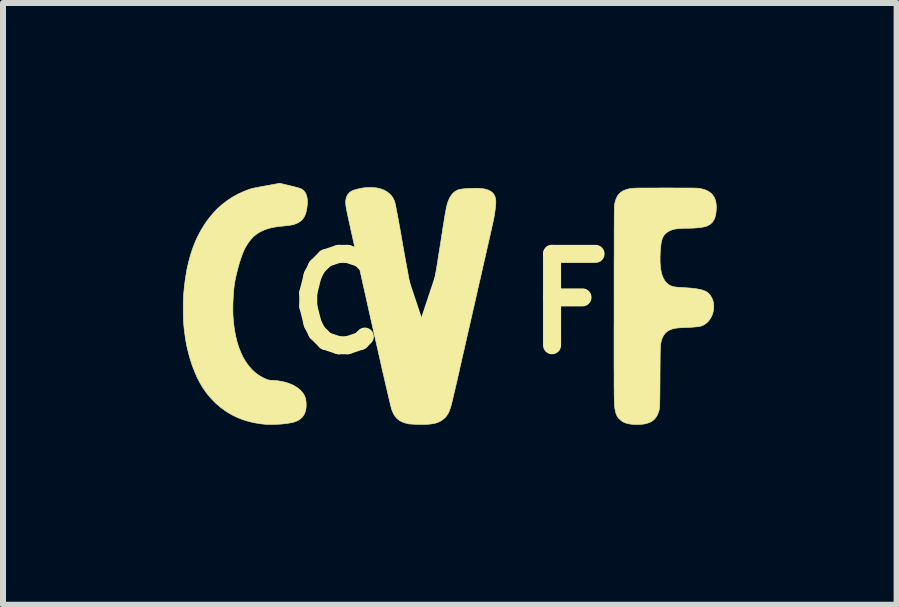
<source format=kicad_pcb>
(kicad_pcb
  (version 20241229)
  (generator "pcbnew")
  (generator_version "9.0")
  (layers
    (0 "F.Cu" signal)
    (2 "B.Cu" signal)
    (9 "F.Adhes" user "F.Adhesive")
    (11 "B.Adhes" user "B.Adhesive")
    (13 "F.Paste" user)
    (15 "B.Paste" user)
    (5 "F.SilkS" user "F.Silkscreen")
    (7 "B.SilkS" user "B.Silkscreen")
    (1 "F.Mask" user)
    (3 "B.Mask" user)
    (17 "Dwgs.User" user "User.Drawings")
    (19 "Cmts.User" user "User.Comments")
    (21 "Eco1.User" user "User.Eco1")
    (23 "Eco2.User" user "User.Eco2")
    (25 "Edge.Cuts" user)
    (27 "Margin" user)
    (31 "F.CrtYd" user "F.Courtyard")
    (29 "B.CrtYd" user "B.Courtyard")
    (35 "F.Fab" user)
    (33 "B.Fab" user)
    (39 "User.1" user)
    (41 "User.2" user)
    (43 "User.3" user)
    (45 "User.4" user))
  (footprint "CV F"
    (layer "F.Cu")
    (at 4.447 2.016)
    (property "Reference" "CV F" (at 0 0 0) (layer "F.SilkS") (effects (font (size 1.524 1.524) (thickness 0.3))))
    (attr through_hole)
    (fp_poly (pts (xy -2.742 -1.989) (xy -2.688 -1.977) (xy -2.642 -1.965) (xy -2.602 -1.956) (xy -2.569 -1.947) (xy -2.541 -1.939) (xy -2.518 -1.933) (xy -2.499 -1.926) (xy -2.484 -1.921) (xy -2.471 -1.915) (xy -2.461 -1.909) (xy -2.452 -1.903) (xy -2.443 -1.896) (xy -2.435 -1.888) (xy -2.414 -1.863) (xy -2.398 -1.835) (xy -2.385 -1.801) (xy -2.383 -1.792) (xy -2.376 -1.759) (xy -2.373 -1.72) (xy -2.373 -1.677) (xy -2.377 -1.632) (xy -2.383 -1.586) (xy -2.392 -1.542) (xy -2.403 -1.503) (xy -2.422 -1.458) (xy -2.447 -1.42) (xy -2.478 -1.387) (xy -2.515 -1.361) (xy -2.537 -1.349) (xy -2.561 -1.338) (xy -2.585 -1.329) (xy -2.611 -1.321) (xy -2.639 -1.315) (xy -2.672 -1.31) (xy -2.71 -1.305) (xy -2.754 -1.301) (xy -2.766 -1.299) (xy -2.852 -1.291) (xy -2.93 -1.278) (xy -3.001 -1.263) (xy -3.065 -1.243) (xy -3.124 -1.22) (xy -3.178 -1.191) (xy -3.227 -1.159) (xy -3.272 -1.121) (xy -3.313 -1.077) (xy -3.351 -1.029) (xy -3.387 -0.974) (xy -3.409 -0.936) (xy -3.428 -0.897) (xy -3.448 -0.851) (xy -3.468 -0.799) (xy -3.487 -0.742) (xy -3.507 -0.681) (xy -3.525 -0.618) (xy -3.542 -0.553) (xy -3.558 -0.488) (xy -3.572 -0.425) (xy -3.584 -0.363) (xy -3.592 -0.311) (xy -3.598 -0.26) (xy -3.603 -0.203) (xy -3.608 -0.141) (xy -3.611 -0.076) (xy -3.614 -0.011) (xy -3.615 0.054) (xy -3.615 0.116) (xy -3.614 0.174) (xy -3.611 0.223) (xy -3.601 0.337) (xy -3.586 0.447) (xy -3.565 0.55) (xy -3.541 0.647) (xy -3.511 0.739) (xy -3.476 0.823) (xy -3.438 0.902) (xy -3.394 0.974) (xy -3.346 1.039) (xy -3.294 1.098) (xy -3.238 1.149) (xy -3.177 1.194) (xy -3.112 1.231) (xy -3.056 1.256) (xy -3.041 1.262) (xy -3.028 1.266) (xy -3.016 1.269) (xy -3.002 1.271) (xy -2.985 1.273) (xy -2.963 1.274) (xy -2.949 1.275) (xy -2.876 1.28) (xy -2.807 1.291) (xy -2.741 1.306) (xy -2.679 1.326) (xy -2.622 1.349) (xy -2.57 1.377) (xy -2.524 1.408) (xy -2.485 1.442) (xy -2.453 1.479) (xy -2.445 1.49) (xy -2.426 1.522) (xy -2.412 1.553) (xy -2.402 1.587) (xy -2.396 1.624) (xy -2.393 1.666) (xy -2.394 1.72) (xy -2.401 1.769) (xy -2.413 1.813) (xy -2.433 1.852) (xy -2.458 1.886) (xy -2.47 1.898) (xy -2.49 1.917) (xy -2.511 1.933) (xy -2.535 1.946) (xy -2.563 1.958) (xy -2.594 1.969) (xy -2.631 1.978) (xy -2.673 1.986) (xy -2.723 1.994) (xy -2.777 2) (xy -2.797 2.002) (xy -2.824 2.004) (xy -2.855 2.006) (xy -2.889 2.007) (xy -2.924 2.008) (xy -2.958 2.009) (xy -2.991 2.009) (xy -3.02 2.009) (xy -3.044 2.009) (xy -3.059 2.008) (xy -3.166 1.997) (xy -3.268 1.979) (xy -3.364 1.956) (xy -3.456 1.927) (xy -3.545 1.892) (xy -3.63 1.85) (xy -3.713 1.801) (xy -3.742 1.782) (xy -3.821 1.724) (xy -3.897 1.659) (xy -3.968 1.587) (xy -4.035 1.509) (xy -4.063 1.473) (xy -4.115 1.398) (xy -4.164 1.316) (xy -4.21 1.227) (xy -4.252 1.131) (xy -4.291 1.031) (xy -4.326 0.925) (xy -4.356 0.816) (xy -4.383 0.703) (xy -4.398 0.624) (xy -4.405 0.581) (xy -4.412 0.532) (xy -4.419 0.478) (xy -4.426 0.423) (xy -4.432 0.368) (xy -4.436 0.317) (xy -4.437 0.307) (xy -4.439 0.28) (xy -4.44 0.246) (xy -4.441 0.206) (xy -4.442 0.162) (xy -4.442 0.116) (xy -4.442 0.069) (xy -4.442 0.021) (xy -4.442 -0.024) (xy -4.441 -0.066) (xy -4.439 -0.104) (xy -4.438 -0.135) (xy -4.437 -0.146) (xy -4.423 -0.296) (xy -4.404 -0.439) (xy -4.381 -0.575) (xy -4.352 -0.704) (xy -4.318 -0.826) (xy -4.279 -0.942) (xy -4.236 -1.05) (xy -4.204 -1.12) (xy -4.147 -1.227) (xy -4.086 -1.327) (xy -4.02 -1.42) (xy -3.949 -1.506) (xy -3.874 -1.586) (xy -3.793 -1.658) (xy -3.708 -1.723) (xy -3.618 -1.782) (xy -3.523 -1.834) (xy -3.423 -1.879) (xy -3.349 -1.907) (xy -3.337 -1.911) (xy -3.325 -1.915) (xy -3.313 -1.919) (xy -3.3 -1.922) (xy -3.285 -1.926) (xy -3.268 -1.93) (xy -3.248 -1.934) (xy -3.224 -1.939) (xy -3.195 -1.944) (xy -3.162 -1.951) (xy -3.122 -1.958) (xy -3.075 -1.967) (xy -3.022 -1.976) (xy -2.996 -1.981) (xy -2.833 -2.011) (xy -2.742 -1.989)) (stroke (width 0.01) (type solid)) (fill yes) (layer "F.SilkS"))
    (fp_poly (pts (xy 3.678 -1.933) (xy 3.748 -1.932) (xy 3.81 -1.932) (xy 3.865 -1.932) (xy 3.913 -1.932) (xy 3.955 -1.932) (xy 3.992 -1.932) (xy 4.024 -1.932) (xy 4.051 -1.931) (xy 4.074 -1.931) (xy 4.094 -1.93) (xy 4.11 -1.93) (xy 4.123 -1.929) (xy 4.135 -1.928) (xy 4.144 -1.928) (xy 4.153 -1.927) (xy 4.16 -1.925) (xy 4.163 -1.925) (xy 4.221 -1.913) (xy 4.272 -1.896) (xy 4.315 -1.874) (xy 4.353 -1.847) (xy 4.383 -1.815) (xy 4.408 -1.778) (xy 4.426 -1.735) (xy 4.438 -1.687) (xy 4.441 -1.666) (xy 4.444 -1.623) (xy 4.443 -1.577) (xy 4.439 -1.529) (xy 4.431 -1.483) (xy 4.421 -1.442) (xy 4.42 -1.439) (xy 4.402 -1.398) (xy 4.379 -1.363) (xy 4.349 -1.334) (xy 4.313 -1.311) (xy 4.284 -1.297) (xy 4.254 -1.288) (xy 4.217 -1.28) (xy 4.173 -1.273) (xy 4.123 -1.268) (xy 4.067 -1.264) (xy 4.007 -1.262) (xy 3.955 -1.261) (xy 3.911 -1.261) (xy 3.867 -1.259) (xy 3.825 -1.256) (xy 3.786 -1.252) (xy 3.753 -1.247) (xy 3.73 -1.242) (xy 3.695 -1.231) (xy 3.661 -1.216) (xy 3.629 -1.197) (xy 3.603 -1.177) (xy 3.597 -1.171) (xy 3.579 -1.152) (xy 3.565 -1.132) (xy 3.552 -1.11) (xy 3.541 -1.084) (xy 3.533 -1.055) (xy 3.525 -1.022) (xy 3.52 -0.983) (xy 3.515 -0.937) (xy 3.51 -0.884) (xy 3.509 -0.87) (xy 3.506 -0.782) (xy 3.506 -0.701) (xy 3.511 -0.628) (xy 3.52 -0.561) (xy 3.533 -0.503) (xy 3.538 -0.485) (xy 3.557 -0.436) (xy 3.58 -0.394) (xy 3.608 -0.357) (xy 3.64 -0.328) (xy 3.676 -0.305) (xy 3.716 -0.29) (xy 3.722 -0.288) (xy 3.742 -0.285) (xy 3.769 -0.281) (xy 3.803 -0.278) (xy 3.846 -0.275) (xy 3.897 -0.272) (xy 3.907 -0.271) (xy 3.979 -0.266) (xy 4.044 -0.261) (xy 4.1 -0.254) (xy 4.15 -0.245) (xy 4.193 -0.236) (xy 4.229 -0.225) (xy 4.26 -0.212) (xy 4.285 -0.199) (xy 4.315 -0.175) (xy 4.342 -0.144) (xy 4.365 -0.108) (xy 4.383 -0.068) (xy 4.386 -0.06) (xy 4.393 -0.033) (xy 4.398 0.000013) (xy 4.401 0.035) (xy 4.4 0.068) (xy 4.399 0.083) (xy 4.394 0.117) (xy 4.387 0.146) (xy 4.379 0.173) (xy 4.367 0.202) (xy 4.361 0.214) (xy 4.335 0.259) (xy 4.304 0.297) (xy 4.269 0.328) (xy 4.231 0.353) (xy 4.189 0.369) (xy 4.187 0.37) (xy 4.163 0.375) (xy 4.131 0.38) (xy 4.092 0.384) (xy 4.046 0.388) (xy 3.995 0.391) (xy 3.938 0.393) (xy 3.931 0.394) (xy 3.88 0.396) (xy 3.837 0.398) (xy 3.8 0.401) (xy 3.768 0.405) (xy 3.74 0.41) (xy 3.715 0.417) (xy 3.691 0.425) (xy 3.668 0.435) (xy 3.658 0.439) (xy 3.622 0.461) (xy 3.591 0.49) (xy 3.565 0.524) (xy 3.544 0.564) (xy 3.531 0.601) (xy 3.528 0.613) (xy 3.525 0.625) (xy 3.522 0.636) (xy 3.52 0.647) (xy 3.518 0.658) (xy 3.516 0.671) (xy 3.514 0.686) (xy 3.513 0.703) (xy 3.512 0.723) (xy 3.511 0.745) (xy 3.51 0.772) (xy 3.509 0.803) (xy 3.508 0.838) (xy 3.508 0.879) (xy 3.507 0.925) (xy 3.507 0.978) (xy 3.506 1.037) (xy 3.506 1.104) (xy 3.505 1.178) (xy 3.505 1.213) (xy 3.505 1.29) (xy 3.504 1.36) (xy 3.504 1.422) (xy 3.503 1.477) (xy 3.503 1.526) (xy 3.502 1.568) (xy 3.502 1.605) (xy 3.501 1.638) (xy 3.5 1.665) (xy 3.499 1.689) (xy 3.498 1.709) (xy 3.497 1.726) (xy 3.495 1.741) (xy 3.493 1.754) (xy 3.491 1.765) (xy 3.489 1.775) (xy 3.486 1.785) (xy 3.483 1.794) (xy 3.479 1.805) (xy 3.476 1.815) (xy 3.457 1.859) (xy 3.433 1.897) (xy 3.404 1.929) (xy 3.369 1.956) (xy 3.329 1.977) (xy 3.282 1.993) (xy 3.229 2.004) (xy 3.169 2.009) (xy 3.119 2.01) (xy 3.094 2.01) (xy 3.069 2.009) (xy 3.045 2.007) (xy 3.031 2.006) (xy 2.98 1.998) (xy 2.935 1.986) (xy 2.896 1.97) (xy 2.861 1.948) (xy 2.832 1.922) (xy 2.812 1.901) (xy 2.796 1.879) (xy 2.783 1.855) (xy 2.772 1.827) (xy 2.763 1.795) (xy 2.755 1.756) (xy 2.753 1.746) (xy 2.752 1.739) (xy 2.751 1.731) (xy 2.75 1.723) (xy 2.749 1.715) (xy 2.748 1.705) (xy 2.747 1.694) (xy 2.746 1.681) (xy 2.745 1.667) (xy 2.745 1.651) (xy 2.744 1.633) (xy 2.743 1.612) (xy 2.743 1.588) (xy 2.742 1.561) (xy 2.742 1.531) (xy 2.741 1.498) (xy 2.741 1.461) (xy 2.741 1.419) (xy 2.74 1.373) (xy 2.74 1.323) (xy 2.74 1.268) (xy 2.74 1.208) (xy 2.74 1.142) (xy 2.739 1.071) (xy 2.739 0.994) (xy 2.739 0.911) (xy 2.739 0.822) (xy 2.739 0.726) (xy 2.739 0.623) (xy 2.739 0.513) (xy 2.739 0.395) (xy 2.74 0.27) (xy 2.74 0.137) (xy 2.74 -0.005) (xy 2.74 -0.021) (xy 2.74 -0.16) (xy 2.74 -0.29) (xy 2.74 -0.413) (xy 2.74 -0.528) (xy 2.74 -0.635) (xy 2.74 -0.735) (xy 2.741 -0.829) (xy 2.741 -0.915) (xy 2.741 -0.996) (xy 2.741 -1.07) (xy 2.741 -1.138) (xy 2.741 -1.2) (xy 2.741 -1.258) (xy 2.742 -1.31) (xy 2.742 -1.357) (xy 2.742 -1.399) (xy 2.742 -1.437) (xy 2.742 -1.472) (xy 2.743 -1.502) (xy 2.743 -1.529) (xy 2.743 -1.552) (xy 2.744 -1.572) (xy 2.744 -1.59) (xy 2.744 -1.605) (xy 2.745 -1.617) (xy 2.745 -1.628) (xy 2.746 -1.637) (xy 2.746 -1.644) (xy 2.747 -1.65) (xy 2.747 -1.655) (xy 2.748 -1.659) (xy 2.749 -1.663) (xy 2.749 -1.664) (xy 2.758 -1.703) (xy 2.769 -1.739) (xy 2.782 -1.772) (xy 2.795 -1.798) (xy 2.819 -1.83) (xy 2.85 -1.859) (xy 2.887 -1.883) (xy 2.93 -1.902) (xy 2.959 -1.911) (xy 2.971 -1.914) (xy 2.983 -1.917) (xy 2.994 -1.919) (xy 3.005 -1.921) (xy 3.018 -1.923) (xy 3.031 -1.925) (xy 3.046 -1.927) (xy 3.063 -1.928) (xy 3.083 -1.929) (xy 3.107 -1.93) (xy 3.133 -1.931) (xy 3.164 -1.931) (xy 3.2 -1.932) (xy 3.241 -1.932) (xy 3.287 -1.932) (xy 3.34 -1.932) (xy 3.399 -1.932) (xy 3.466 -1.932) (xy 3.54 -1.933) (xy 3.6 -1.933) (xy 3.678 -1.933)) (stroke (width 0.01) (type solid)) (fill yes) (layer "F.SilkS"))
    (fp_poly (pts (xy -1.298 -1.94) (xy -1.261 -1.938) (xy -1.23 -1.935) (xy -1.215 -1.933) (xy -1.155 -1.919) (xy -1.1 -1.899) (xy -1.052 -1.873) (xy -1.01 -1.842) (xy -0.974 -1.806) (xy -0.945 -1.765) (xy -0.923 -1.718) (xy -0.917 -1.701) (xy -0.914 -1.69) (xy -0.91 -1.671) (xy -0.904 -1.646) (xy -0.898 -1.615) (xy -0.891 -1.578) (xy -0.883 -1.537) (xy -0.874 -1.493) (xy -0.865 -1.445) (xy -0.856 -1.395) (xy -0.847 -1.344) (xy -0.837 -1.293) (xy -0.828 -1.241) (xy -0.819 -1.191) (xy -0.811 -1.142) (xy -0.811 -1.141) (xy -0.804 -1.105) (xy -0.797 -1.063) (xy -0.789 -1.017) (xy -0.78 -0.966) (xy -0.77 -0.911) (xy -0.76 -0.853) (xy -0.749 -0.793) (xy -0.738 -0.73) (xy -0.726 -0.667) (xy -0.714 -0.602) (xy -0.702 -0.537) (xy -0.691 -0.473) (xy -0.679 -0.409) (xy -0.668 -0.347) (xy -0.657 -0.287) (xy -0.646 -0.23) (xy -0.636 -0.177) (xy -0.627 -0.127) (xy -0.618 -0.081) (xy -0.61 -0.041) (xy -0.604 -0.006) (xy -0.598 0.022) (xy -0.594 0.043) (xy -0.591 0.057) (xy -0.59 0.061) (xy -0.577 0.106) (xy -0.561 0.146) (xy -0.543 0.18) (xy -0.525 0.209) (xy -0.504 0.23) (xy -0.485 0.243) (xy -0.466 0.249) (xy -0.447 0.249) (xy -0.431 0.244) (xy -0.426 0.241) (xy -0.42 0.235) (xy -0.414 0.227) (xy -0.408 0.215) (xy -0.401 0.2) (xy -0.394 0.179) (xy -0.386 0.153) (xy -0.376 0.12) (xy -0.37 0.099) (xy -0.359 0.06) (xy -0.349 0.023) (xy -0.339 -0.012) (xy -0.33 -0.046) (xy -0.321 -0.08) (xy -0.313 -0.114) (xy -0.304 -0.148) (xy -0.296 -0.183) (xy -0.288 -0.219) (xy -0.281 -0.257) (xy -0.272 -0.297) (xy -0.264 -0.34) (xy -0.256 -0.386) (xy -0.247 -0.435) (xy -0.238 -0.488) (xy -0.228 -0.546) (xy -0.217 -0.609) (xy -0.206 -0.677) (xy -0.195 -0.75) (xy -0.182 -0.83) (xy -0.168 -0.917) (xy -0.153 -1.011) (xy -0.138 -1.112) (xy -0.125 -1.192) (xy -0.114 -1.265) (xy -0.103 -1.33) (xy -0.094 -1.388) (xy -0.086 -1.439) (xy -0.078 -1.485) (xy -0.071 -1.524) (xy -0.065 -1.559) (xy -0.059 -1.589) (xy -0.053 -1.616) (xy -0.048 -1.639) (xy -0.042 -1.66) (xy -0.037 -1.679) (xy -0.031 -1.696) (xy -0.026 -1.712) (xy -0.02 -1.728) (xy -0.019 -1.729) (xy 0.004 -1.777) (xy 0.031 -1.819) (xy 0.062 -1.853) (xy 0.096 -1.88) (xy 0.134 -1.899) (xy 0.159 -1.907) (xy 0.177 -1.911) (xy 0.2 -1.914) (xy 0.228 -1.918) (xy 0.264 -1.921) (xy 0.306 -1.924) (xy 0.356 -1.926) (xy 0.357 -1.926) (xy 0.429 -1.928) (xy 0.494 -1.927) (xy 0.551 -1.921) (xy 0.601 -1.911) (xy 0.644 -1.897) (xy 0.681 -1.878) (xy 0.711 -1.856) (xy 0.734 -1.829) (xy 0.751 -1.798) (xy 0.762 -1.762) (xy 0.766 -1.739) (xy 0.768 -1.714) (xy 0.768 -1.685) (xy 0.766 -1.65) (xy 0.762 -1.609) (xy 0.756 -1.562) (xy 0.751 -1.524) (xy 0.75 -1.515) (xy 0.749 -1.507) (xy 0.747 -1.499) (xy 0.746 -1.491) (xy 0.745 -1.483) (xy 0.744 -1.474) (xy 0.742 -1.465) (xy 0.74 -1.455) (xy 0.738 -1.443) (xy 0.735 -1.429) (xy 0.732 -1.414) (xy 0.728 -1.396) (xy 0.724 -1.375) (xy 0.719 -1.352) (xy 0.713 -1.325) (xy 0.706 -1.295) (xy 0.698 -1.261) (xy 0.69 -1.223) (xy 0.68 -1.181) (xy 0.67 -1.133) (xy 0.658 -1.081) (xy 0.645 -1.024) (xy 0.631 -0.961) (xy 0.615 -0.892) (xy 0.598 -0.816) (xy 0.579 -0.735) (xy 0.559 -0.646) (xy 0.537 -0.55) (xy 0.514 -0.447) (xy 0.488 -0.336) (xy 0.468 -0.248) (xy 0.446 -0.149) (xy 0.423 -0.049) (xy 0.401 0.05) (xy 0.378 0.149) (xy 0.356 0.246) (xy 0.334 0.342) (xy 0.313 0.436) (xy 0.292 0.527) (xy 0.272 0.615) (xy 0.253 0.699) (xy 0.235 0.779) (xy 0.217 0.855) (xy 0.201 0.925) (xy 0.187 0.99) (xy 0.173 1.048) (xy 0.162 1.1) (xy 0.152 1.145) (xy 0.143 1.182) (xy 0.142 1.187) (xy 0.124 1.268) (xy 0.107 1.34) (xy 0.092 1.406) (xy 0.078 1.464) (xy 0.066 1.516) (xy 0.055 1.562) (xy 0.046 1.603) (xy 0.037 1.638) (xy 0.029 1.669) (xy 0.022 1.696) (xy 0.015 1.72) (xy 0.009 1.74) (xy 0.003 1.757) (xy -0.002 1.772) (xy -0.007 1.786) (xy -0.013 1.798) (xy -0.018 1.809) (xy -0.02 1.814) (xy -0.033 1.837) (xy -0.049 1.861) (xy -0.066 1.882) (xy -0.081 1.899) (xy -0.084 1.901) (xy -0.111 1.924) (xy -0.138 1.944) (xy -0.167 1.961) (xy -0.198 1.974) (xy -0.231 1.986) (xy -0.269 1.995) (xy -0.31 2.001) (xy -0.356 2.006) (xy -0.409 2.008) (xy -0.467 2.009) (xy -0.533 2.008) (xy -0.574 2.007) (xy -0.603 2.005) (xy -0.63 2.004) (xy -0.655 2.002) (xy -0.676 2.001) (xy -0.69 1.999) (xy -0.692 1.998) (xy -0.748 1.984) (xy -0.798 1.965) (xy -0.841 1.941) (xy -0.878 1.911) (xy -0.91 1.874) (xy -0.937 1.832) (xy -0.959 1.783) (xy -0.967 1.76) (xy -0.971 1.747) (xy -0.977 1.725) (xy -0.984 1.696) (xy -0.993 1.659) (xy -1.004 1.615) (xy -1.016 1.563) (xy -1.03 1.503) (xy -1.046 1.435) (xy -1.064 1.359) (xy -1.083 1.275) (xy -1.104 1.184) (xy -1.127 1.084) (xy -1.151 0.977) (xy -1.177 0.861) (xy -1.205 0.738) (xy -1.235 0.606) (xy -1.267 0.467) (xy -1.3 0.319) (xy -1.335 0.163) (xy -1.372 -0.001) (xy -1.41 -0.173) (xy -1.451 -0.354) (xy -1.462 -0.404) (xy -1.488 -0.521) (xy -1.512 -0.629) (xy -1.535 -0.73) (xy -1.556 -0.823) (xy -1.575 -0.91) (xy -1.593 -0.989) (xy -1.609 -1.063) (xy -1.624 -1.13) (xy -1.638 -1.191) (xy -1.65 -1.246) (xy -1.661 -1.297) (xy -1.671 -1.342) (xy -1.68 -1.383) (xy -1.688 -1.42) (xy -1.695 -1.452) (xy -1.701 -1.481) (xy -1.707 -1.506) (xy -1.711 -1.528) (xy -1.715 -1.548) (xy -1.719 -1.564) (xy -1.722 -1.579) (xy -1.724 -1.592) (xy -1.726 -1.603) (xy -1.727 -1.613) (xy -1.729 -1.621) (xy -1.73 -1.629) (xy -1.731 -1.637) (xy -1.732 -1.644) (xy -1.732 -1.645) (xy -1.735 -1.696) (xy -1.731 -1.742) (xy -1.721 -1.782) (xy -1.704 -1.817) (xy -1.681 -1.847) (xy -1.651 -1.872) (xy -1.63 -1.884) (xy -1.612 -1.891) (xy -1.587 -1.9) (xy -1.557 -1.909) (xy -1.525 -1.917) (xy -1.491 -1.924) (xy -1.458 -1.931) (xy -1.446 -1.933) (xy -1.413 -1.937) (xy -1.376 -1.939) (xy -1.337 -1.94) (xy -1.298 -1.94)) (stroke (width 0.01) (type solid)) (fill yes) (layer "F.SilkS")))
  (gr_rect
    (start -3 -3)
    (end 11.896 7.031)
    (stroke (width 0.1) (type default))
    (fill no)
    (layer "Edge.Cuts")))
</source>
